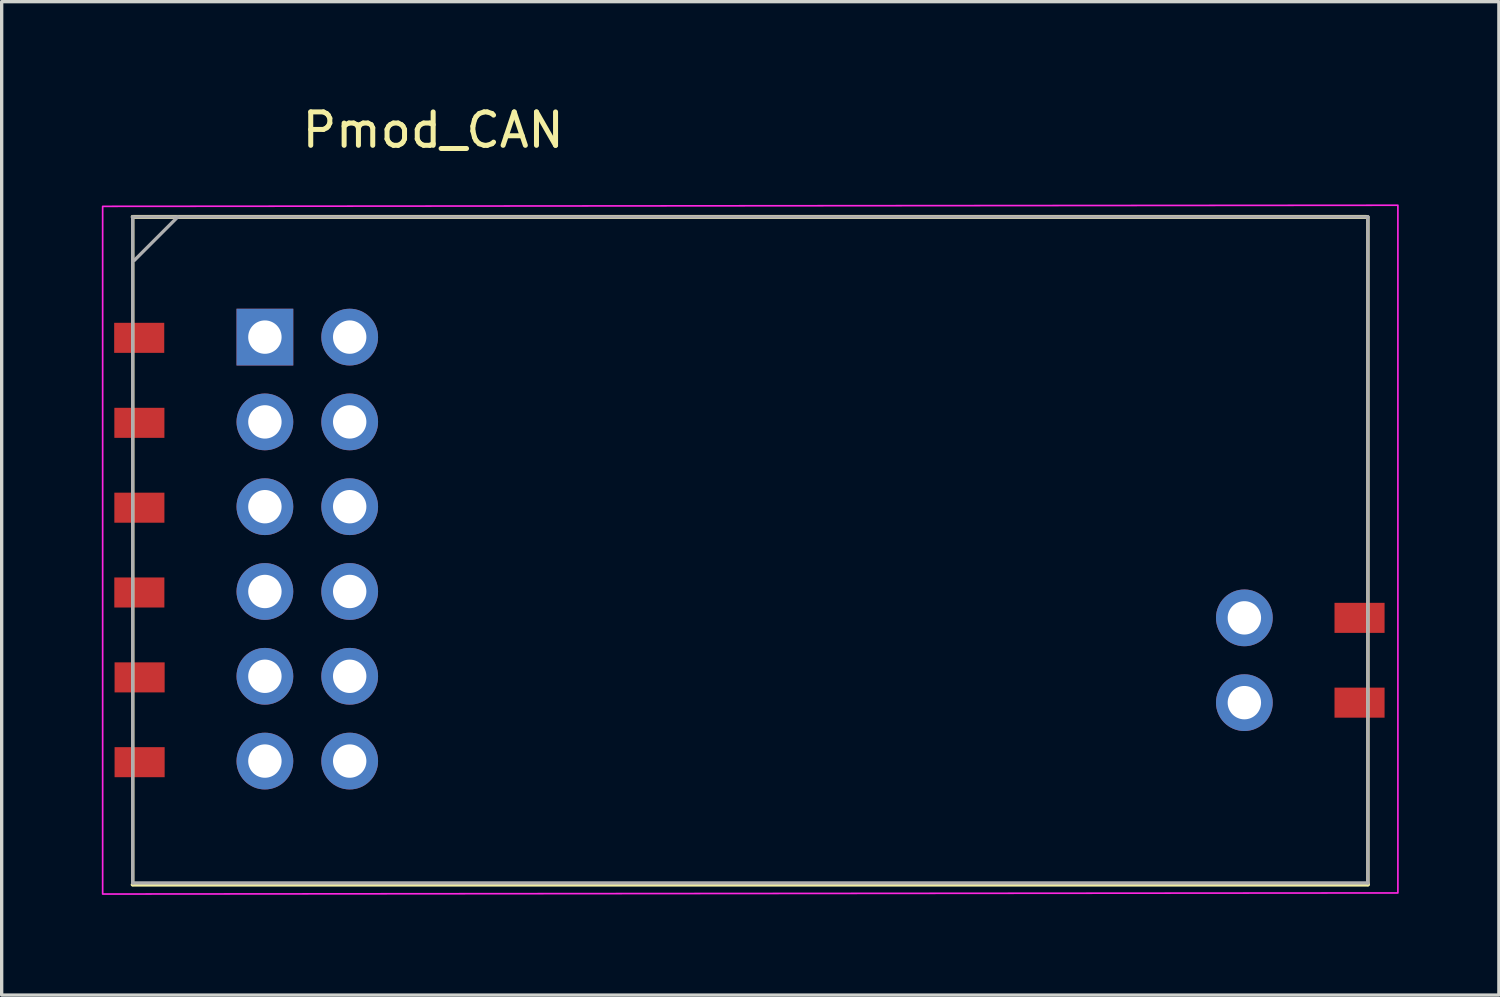
<source format=kicad_pcb>
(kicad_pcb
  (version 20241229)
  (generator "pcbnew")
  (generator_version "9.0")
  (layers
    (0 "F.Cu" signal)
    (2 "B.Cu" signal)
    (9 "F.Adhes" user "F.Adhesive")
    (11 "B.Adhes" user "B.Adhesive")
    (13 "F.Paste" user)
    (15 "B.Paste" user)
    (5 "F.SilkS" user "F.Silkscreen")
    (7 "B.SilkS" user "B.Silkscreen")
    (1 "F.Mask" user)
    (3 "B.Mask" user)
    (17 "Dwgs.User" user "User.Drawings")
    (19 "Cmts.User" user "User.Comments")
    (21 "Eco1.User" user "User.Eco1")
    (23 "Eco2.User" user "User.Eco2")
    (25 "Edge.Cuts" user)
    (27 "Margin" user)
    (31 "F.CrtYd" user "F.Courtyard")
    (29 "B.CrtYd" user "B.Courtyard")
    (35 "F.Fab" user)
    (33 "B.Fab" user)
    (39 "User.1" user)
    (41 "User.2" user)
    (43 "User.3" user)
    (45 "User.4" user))
  (footprint "Pmod_CAN"
    (layer "F.Cu")
    (at 9.925 15.598)
    (property "Reference" "Pmod_CAN" (at 0 -14.75 0) (layer "F.SilkS") (effects (font (size 1 1) (thickness 0.15))))
    (attr smd)
    (fp_line (start -9 7.85) (end -9 -12.15) (stroke (width 0.1) (type default)) (layer "F.SilkS"))
    (fp_line (start 27.95 -12.15) (end -9 -12.15) (stroke (width 0.12) (type solid)) (layer "F.SilkS"))
    (fp_line (start 28 7.85) (end -9 7.85) (stroke (width 0.12) (type solid)) (layer "F.SilkS"))
    (fp_line (start 28 7.85) (end 28 -12.15) (stroke (width 0.1) (type default)) (layer "F.SilkS"))
    (fp_poly (pts (xy 28.899 8.1) (xy -9.9 8.133) (xy -9.9 -12.467) (xy 28.899 -12.5)) (stroke (width 0.05) (type solid)) (fill no) (layer "F.CrtYd"))
    (fp_line (start -9 -12.15) (end 28 -12.15) (stroke (width 0.1) (type solid)) (layer "F.Fab"))
    (fp_line (start -9 7.8) (end -9 -12.15) (stroke (width 0.1) (type solid)) (layer "F.Fab"))
    (fp_line (start -7.65 -12.15) (end -8.95 -10.85) (stroke (width 0.1) (type solid)) (layer "F.Fab"))
    (fp_line (start 28 -12.15) (end 28 7.8) (stroke (width 0.1) (type solid)) (layer "F.Fab"))
    (fp_line (start 28 7.8) (end -9 7.8) (stroke (width 0.1) (type solid)) (layer "F.Fab"))
    (pad "1" thru_hole oval (at -2.5 -8.55) (size 1.7 1.7) (drill 1) (layers "*.Cu" "*.Mask"))
    (pad "2" thru_hole oval (at -2.5 -6.01) (size 1.7 1.7) (drill 1) (layers "*.Cu" "*.Mask"))
    (pad "3" thru_hole oval (at -2.5 -3.47) (size 1.7 1.7) (drill 1) (layers "*.Cu" "*.Mask"))
    (pad "4" thru_hole oval (at -2.5 -0.93) (size 1.7 1.7) (drill 1) (layers "*.Cu" "*.Mask"))
    (pad "5" thru_hole oval (at -2.5 1.61) (size 1.7 1.7) (drill 1) (layers "*.Cu" "*.Mask"))
    (pad "6" thru_hole oval (at -2.5 4.15) (size 1.7 1.7) (drill 1) (layers "*.Cu" "*.Mask"))
    (pad "7" smd rect (at -8.805 -8.528) (size 1.5 0.9) (layers "F.Cu" "F.Mask" "F.Paste"))
    (pad "7" thru_hole rect (at -5.04 -8.55) (size 1.7 1.7) (drill 1) (layers "*.Cu" "*.Mask"))
    (pad "8" smd rect (at -8.8 -5.982) (size 1.5 0.9) (layers "F.Cu" "F.Mask" "F.Paste"))
    (pad "8" thru_hole oval (at -5.04 -6.01) (size 1.7 1.7) (drill 1) (layers "*.Cu" "*.Mask"))
    (pad "9" smd rect (at -8.8 -3.44) (size 1.5 0.9) (layers "F.Cu" "F.Mask" "F.Paste"))
    (pad "9" thru_hole oval (at -5.04 -3.47) (size 1.7 1.7) (drill 1) (layers "*.Cu" "*.Mask"))
    (pad "10" smd rect (at -8.801 -0.9) (size 1.5 0.9) (layers "F.Cu" "F.Mask" "F.Paste"))
    (pad "10" thru_hole oval (at -5.04 -0.93) (size 1.7 1.7) (drill 1) (layers "*.Cu" "*.Mask"))
    (pad "11" smd rect (at -8.793 1.643) (size 1.5 0.9) (layers "F.Cu" "F.Mask" "F.Paste"))
    (pad "11" thru_hole oval (at -5.04 1.61) (size 1.7 1.7) (drill 1) (layers "*.Cu" "*.Mask"))
    (pad "12" smd rect (at -8.793 4.183) (size 1.5 0.9) (layers "F.Cu" "F.Mask" "F.Paste"))
    (pad "12" thru_hole oval (at -5.04 4.15) (size 1.7 1.7) (drill 1) (layers "*.Cu" "*.Mask"))
    (pad "13" thru_hole oval (at 24.3 -0.14) (size 1.7 1.7) (drill 1) (layers "*.Cu" "*.Mask"))
    (pad "13" smd rect (at 27.75 -0.14 180) (size 1.5 0.9) (layers "F.Cu" "F.Mask" "F.Paste"))
    (pad "14" thru_hole oval (at 24.3 2.4) (size 1.7 1.7) (drill 1) (layers "*.Cu" "*.Mask"))
    (pad "14" smd rect (at 27.75 2.4 180) (size 1.5 0.9) (layers "F.Cu" "F.Mask" "F.Paste")))
  (gr_rect
    (start -3 -3)
    (end 41.849 26.757)
    (stroke (width 0.1) (type default))
    (fill no)
    (layer "Edge.Cuts")))
</source>
